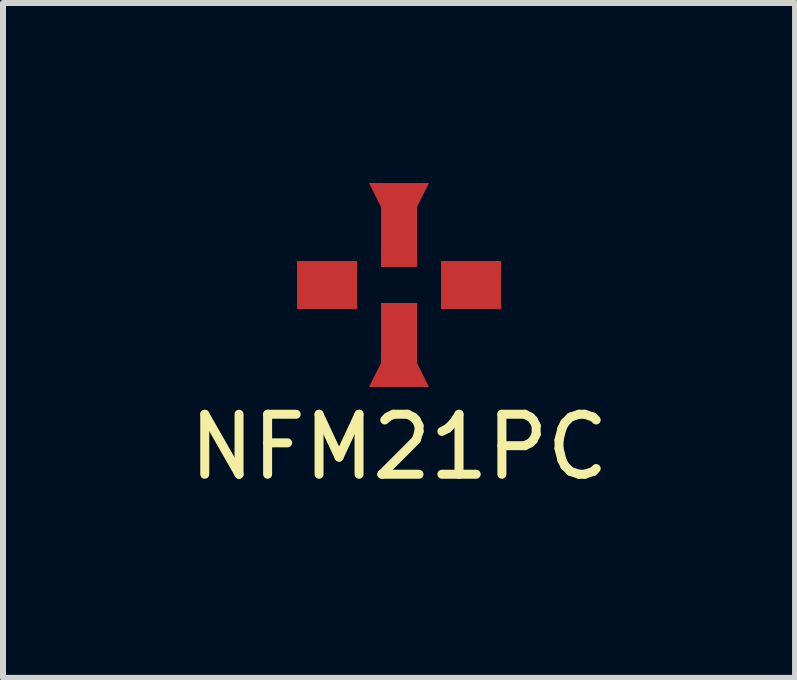
<source format=kicad_pcb>
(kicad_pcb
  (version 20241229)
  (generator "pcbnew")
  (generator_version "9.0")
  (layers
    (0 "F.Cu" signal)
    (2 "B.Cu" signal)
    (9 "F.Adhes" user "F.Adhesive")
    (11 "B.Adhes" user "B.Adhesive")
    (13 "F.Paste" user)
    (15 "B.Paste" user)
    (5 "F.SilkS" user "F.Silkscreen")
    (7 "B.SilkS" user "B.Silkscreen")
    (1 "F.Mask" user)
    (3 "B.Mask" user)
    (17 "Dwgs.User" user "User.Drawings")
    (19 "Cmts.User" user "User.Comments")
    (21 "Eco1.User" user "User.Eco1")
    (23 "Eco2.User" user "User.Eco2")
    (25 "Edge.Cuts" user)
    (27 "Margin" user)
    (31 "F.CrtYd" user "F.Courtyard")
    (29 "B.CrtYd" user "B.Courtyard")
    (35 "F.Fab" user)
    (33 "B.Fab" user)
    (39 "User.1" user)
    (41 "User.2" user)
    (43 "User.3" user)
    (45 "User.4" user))
  (footprint "NFM21PC"
    (layer "F.Cu")
    (at 3.601 1.7)
    (property "Reference" "NFM21PC" (at 0 2.7 0) (layer "F.SilkS") (effects (font (size 1 1) (thickness 0.15))))
    (attr through_hole)
    (pad "1" smd rect (at -1.2 0) (size 1 0.8) (layers "F.Cu" "F.Mask" "F.Paste"))
    (pad "2" smd trapezoid (at 0 -1.5) (size 0.8 0.4) (rect_delta 0 -0.2) (layers "F.Cu" "F.Mask" "F.Paste"))
    (pad "2" smd rect (at 0 -0.8) (size 0.6 1) (layers "F.Cu" "F.Mask" "F.Paste"))
    (pad "2" smd rect (at 0 0.8) (size 0.6 1) (layers "F.Cu" "F.Mask" "F.Paste"))
    (pad "2" smd trapezoid (at 0 1.5) (size 0.8 0.4) (rect_delta 0 0.2) (layers "F.Cu" "F.Mask" "F.Paste"))
    (pad "3" smd rect (at 1.2 0) (size 1 0.8) (layers "F.Cu" "F.Mask" "F.Paste")))
  (gr_rect
    (start -3 -3)
    (end 10.202 8.248)
    (stroke (width 0.1) (type default))
    (fill no)
    (layer "Edge.Cuts")))
</source>
